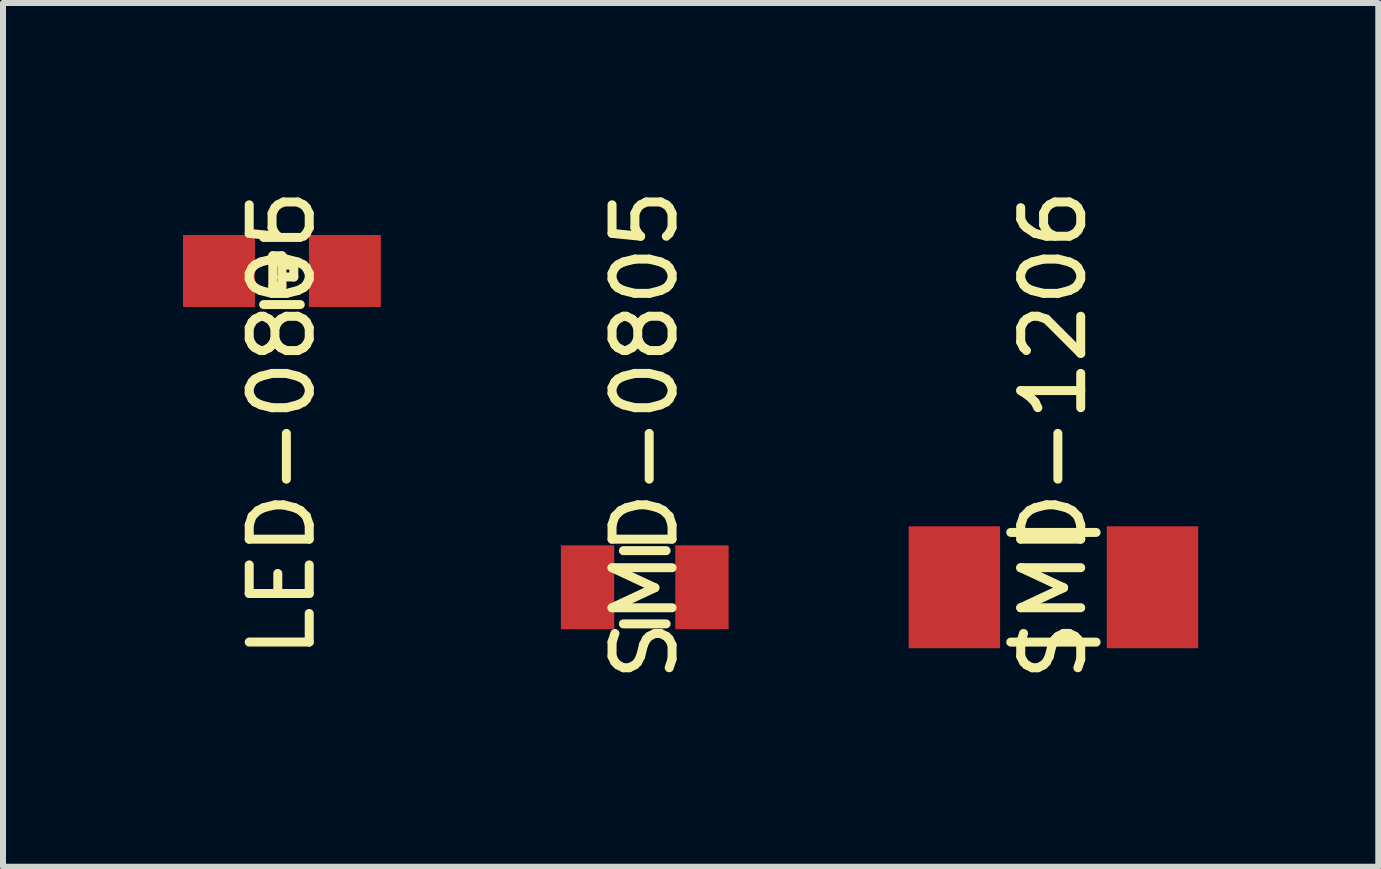
<source format=kicad_pcb>
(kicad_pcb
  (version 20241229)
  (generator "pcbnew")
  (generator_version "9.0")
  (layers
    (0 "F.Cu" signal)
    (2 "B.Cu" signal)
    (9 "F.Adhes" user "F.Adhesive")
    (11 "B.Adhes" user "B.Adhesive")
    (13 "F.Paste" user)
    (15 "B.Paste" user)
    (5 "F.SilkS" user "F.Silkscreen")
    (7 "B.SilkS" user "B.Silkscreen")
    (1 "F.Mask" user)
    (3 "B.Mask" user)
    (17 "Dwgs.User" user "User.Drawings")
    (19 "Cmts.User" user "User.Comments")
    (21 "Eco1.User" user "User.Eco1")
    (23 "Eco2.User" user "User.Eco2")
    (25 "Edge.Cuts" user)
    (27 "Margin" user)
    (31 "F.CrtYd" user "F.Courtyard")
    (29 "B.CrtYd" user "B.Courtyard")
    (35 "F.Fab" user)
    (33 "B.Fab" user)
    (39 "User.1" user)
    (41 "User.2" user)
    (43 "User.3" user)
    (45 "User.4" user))
  (footprint "LED-0805"
    (layer "F.Cu")
    (at 1.648 1.466)
    (property "Reference" "LED-0805" (at 0 2.54 90) (layer "F.SilkS") (effects (font (size 1 1) (thickness 0.15))))
    (attr smd)
    (fp_line (start -0.305 -0.559) (end 0.305 -0.559) (stroke (width 0.15) (type solid)) (layer "F.SilkS"))
    (fp_line (start -0.305 0.559) (end 0.305 0.559) (stroke (width 0.15) (type solid)) (layer "F.SilkS"))
    (fp_line (start -0.152 -0.254) (end -0.152 0.254) (stroke (width 0.15) (type solid)) (layer "F.SilkS"))
    (fp_line (start -0.152 0.254) (end 0 0.254) (stroke (width 0.15) (type solid)) (layer "F.SilkS"))
    (fp_line (start 0 -0.254) (end -0.152 -0.254) (stroke (width 0.15) (type solid)) (layer "F.SilkS"))
    (fp_line (start 0 -0.102) (end 0 -0.254) (stroke (width 0.15) (type solid)) (layer "F.SilkS"))
    (fp_line (start 0 -0.099) (end 0 0.099) (stroke (width 0.15) (type solid)) (layer "F.SilkS"))
    (fp_line (start 0 -0.099) (end 0.198 -0.099) (stroke (width 0.15) (type solid)) (layer "F.SilkS"))
    (fp_line (start 0 0.099) (end 0.198 0.099) (stroke (width 0.15) (type solid)) (layer "F.SilkS"))
    (fp_line (start 0 0.254) (end 0 0.102) (stroke (width 0.15) (type solid)) (layer "F.SilkS"))
    (fp_line (start 0.198 -0.099) (end 0.198 0.099) (stroke (width 0.15) (type solid)) (layer "F.SilkS"))
    (pad "1" smd rect (at -1.049 0) (size 1.199 1.199) (layers "F.Cu" "F.Mask" "F.Paste"))
    (pad "2" smd rect (at 1.049 0) (size 1.199 1.199) (layers "F.Cu" "F.Mask" "F.Paste")))
  (footprint "SMD-1206"
    (layer "F.Cu")
    (at 14.504 6.736)
    (property "Reference" "SMD-1206" (at 0 -2.54 90) (layer "F.SilkS") (effects (font (size 1 1) (thickness 0.15))))
    (attr smd)
    (fp_line (start -0.711 -0.914) (end 0.711 -0.914) (stroke (width 0.15) (type solid)) (layer "F.SilkS"))
    (fp_line (start -0.711 0.914) (end 0.711 0.914) (stroke (width 0.15) (type solid)) (layer "F.SilkS"))
    (pad "1" smd rect (at -1.651 0) (size 1.524 2.032) (layers "F.Cu" "F.Mask" "F.Paste"))
    (pad "2" smd rect (at 1.651 0) (size 1.524 2.032) (layers "F.Cu" "F.Mask" "F.Paste")))
  (footprint "SMD-0805"
    (layer "F.Cu")
    (at 7.694 6.736)
    (property "Reference" "SMD-0805" (at 0 -2.54 90) (layer "F.SilkS") (effects (font (size 1 1) (thickness 0.15))))
    (attr smd)
    (fp_line (start -0.356 -0.61) (end 0.356 -0.61) (stroke (width 0.15) (type solid)) (layer "F.SilkS"))
    (fp_line (start -0.356 0.61) (end 0.356 0.61) (stroke (width 0.15) (type solid)) (layer "F.SilkS"))
    (pad "1" smd rect (at -0.953 0) (size 0.889 1.397) (layers "F.Cu" "F.Mask" "F.Paste"))
    (pad "2" smd rect (at 0.953 0) (size 0.889 1.397) (layers "F.Cu" "F.Mask" "F.Paste")))
  (gr_rect
    (start -3 -3)
    (end 19.917 11.393)
    (stroke (width 0.1) (type default))
    (fill no)
    (layer "Edge.Cuts")))
</source>
